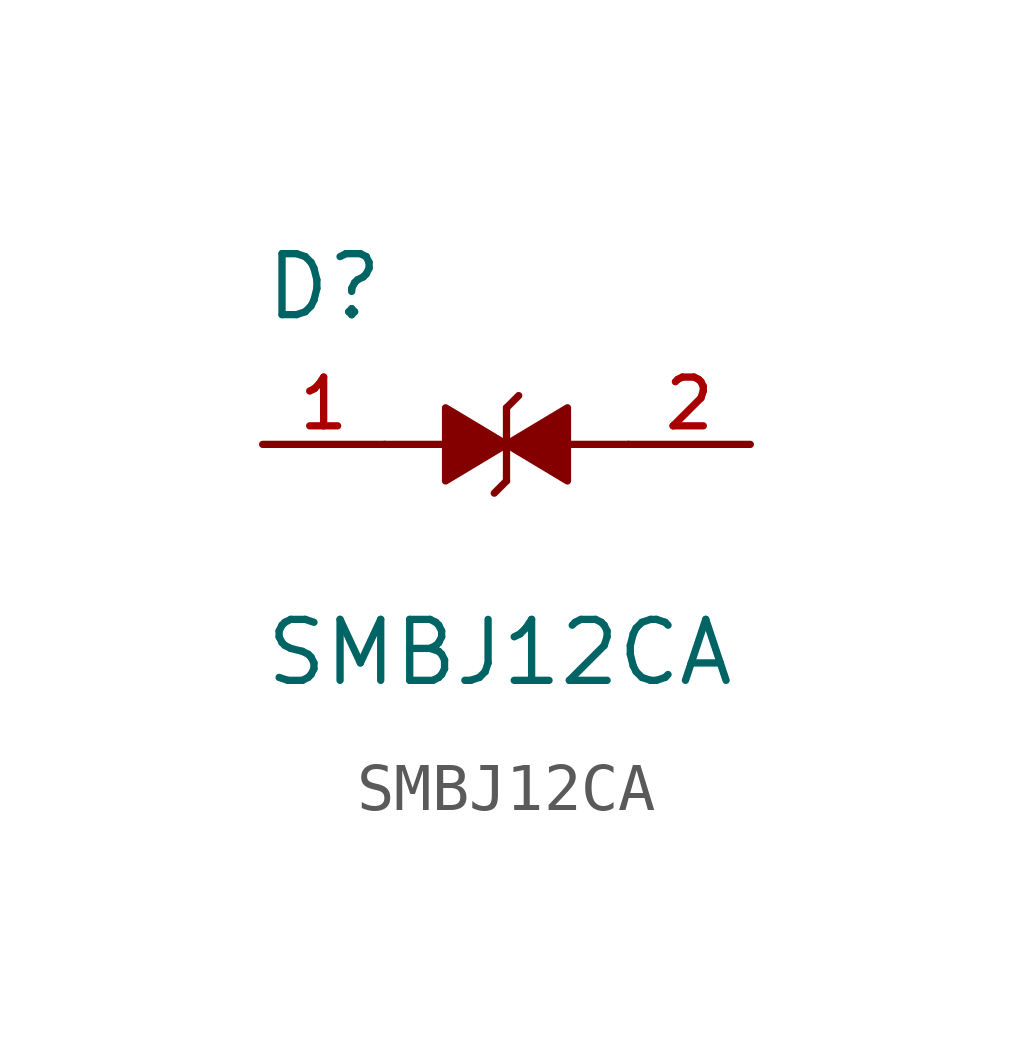
<source format=kicad_sym>
(kicad_symbol_lib
  (version 20211014)
  (generator kicad_symbol_editor)
  (symbol "SMBJ12CA"
    (pin_names
      (offset 1.016))
    (property "Reference" "D"
      (at -5.08 2.54 0)
      (effects (font (size 1.27 1.27)) (justify bottom left)))
    (property "Value" "SMBJ12CA"
      (at -5.08 -5.08 0)
      (effects (font (size 1.27 1.27)) (justify bottom left)))
    (symbol "SMBJ12CA_0_0"
      (polyline (pts (xy 0.0 0.0) (xy -1.27 -0.762) (xy -1.27 0.762) (xy 0.0 0.0)) (stroke (width 0.152)) (fill (type outline)))
      (polyline (pts (xy 0.0 -0.762) (xy 0.0 0.762)) (stroke (width 0.152)))
      (polyline (pts (xy 0.0 0.0) (xy 1.27 0.762) (xy 1.27 -0.762) (xy 0.0 0.0)) (stroke (width 0.152)) (fill (type outline)))
      (polyline (pts (xy 0.0 -0.762) (xy -0.254 -1.016)) (stroke (width 0.152)))
      (polyline (pts (xy 0.0 0.762) (xy 0.254 1.016)) (stroke (width 0.152)))
      (polyline (pts (xy 1.27 0.0) (xy 2.54 0.0)) (stroke (width 0.152)))
      (polyline (pts (xy -1.27 0.0) (xy -2.54 0.0)) (stroke (width 0.152)))
      (pin passive line (at -5.08 0.0 0) (length 2.54) (name "~" (effects (font (size 1.016 1.016)))) (number "1" (effects (font (size 1.016 1.016)))))
      (pin passive line (at 5.08 0.0 180.0) (length 2.54) (name "~" (effects (font (size 1.016 1.016)))) (number "2" (effects (font (size 1.016 1.016))))))))
</source>
